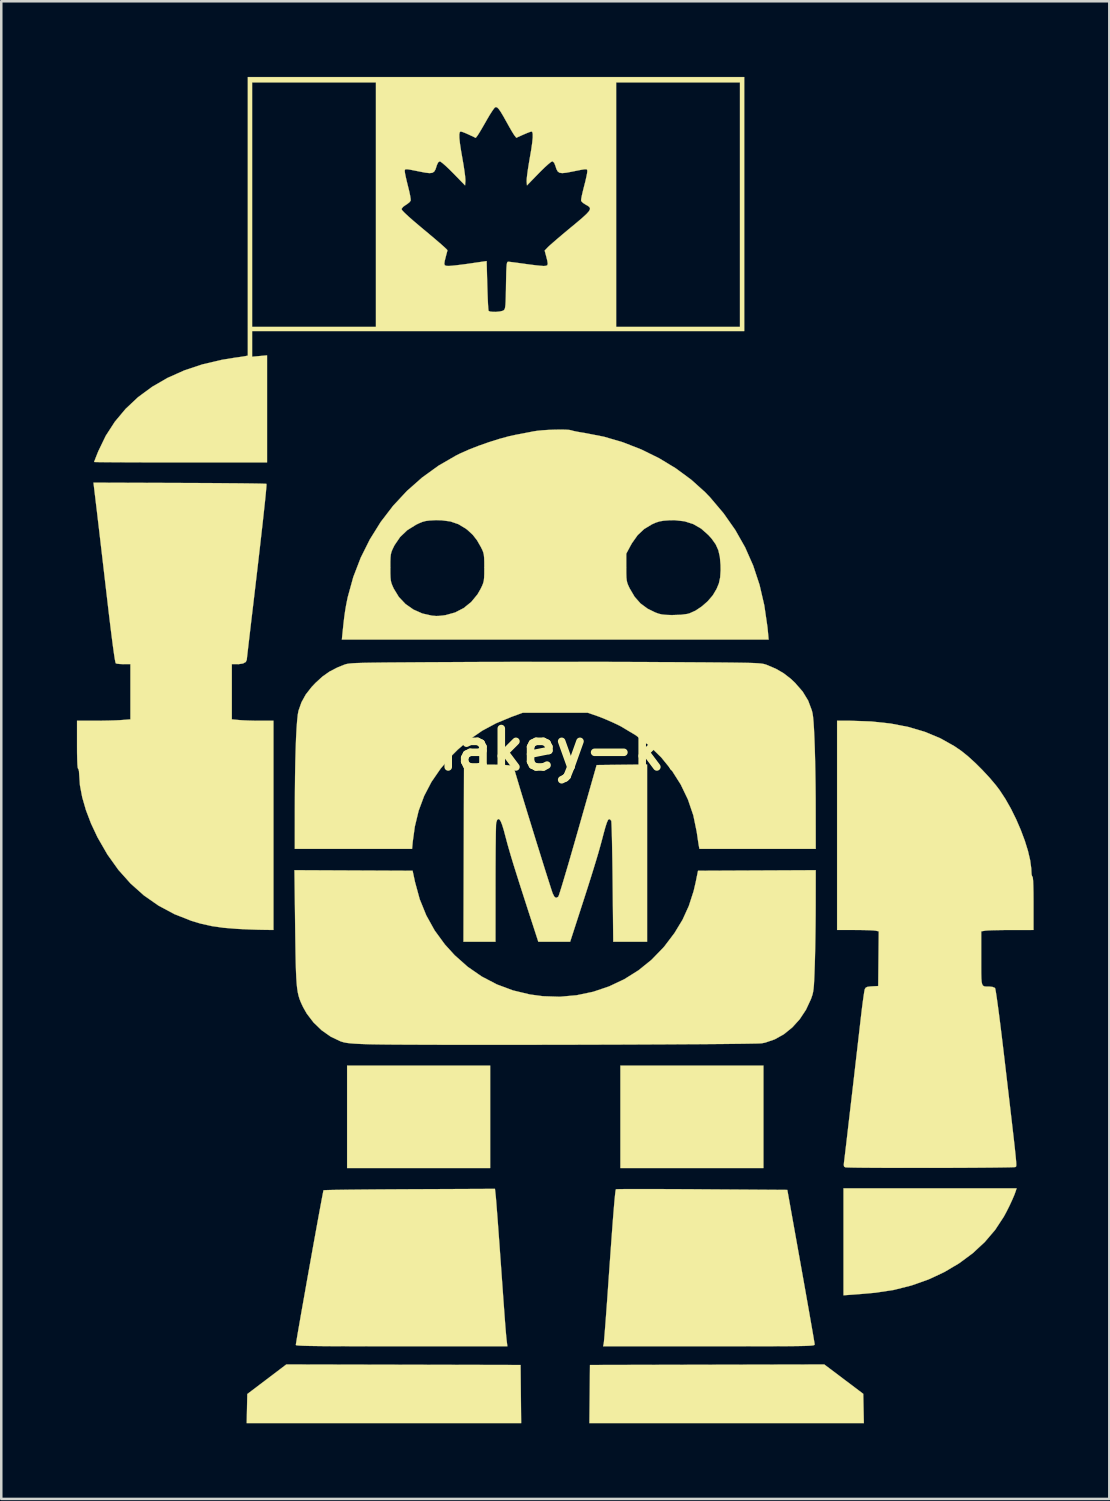
<source format=kicad_pcb>
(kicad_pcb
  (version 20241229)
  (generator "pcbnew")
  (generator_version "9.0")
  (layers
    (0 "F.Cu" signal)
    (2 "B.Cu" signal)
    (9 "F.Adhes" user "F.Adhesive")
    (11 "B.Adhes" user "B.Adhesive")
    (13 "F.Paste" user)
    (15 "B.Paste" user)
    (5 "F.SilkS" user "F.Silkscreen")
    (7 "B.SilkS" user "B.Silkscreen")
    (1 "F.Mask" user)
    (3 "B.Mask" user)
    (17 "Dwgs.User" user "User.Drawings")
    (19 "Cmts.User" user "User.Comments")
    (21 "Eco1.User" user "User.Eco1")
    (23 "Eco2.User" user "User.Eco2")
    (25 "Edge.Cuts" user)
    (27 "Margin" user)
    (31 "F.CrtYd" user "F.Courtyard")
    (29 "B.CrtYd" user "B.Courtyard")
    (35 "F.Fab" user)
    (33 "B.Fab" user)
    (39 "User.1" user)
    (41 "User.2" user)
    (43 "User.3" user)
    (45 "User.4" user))
  (footprint "makey-kit"
    (layer "F.Cu")
    (at 18.97 26.675)
    (property "Reference" "makey-kit" (at 0 0 0) (layer "F.SilkS") (effects (font (size 1.524 1.524) (thickness 0.3))))
    (attr through_hole)
    (fp_poly (pts (xy -2.582 16.595) (xy -8.255 16.595) (xy -8.255 12.531) (xy -2.582 12.531) (xy -2.582 16.595)) (stroke (width 0.01) (type solid)) (fill yes) (layer "F.SilkS"))
    (fp_poly (pts (xy 8.255 16.595) (xy 2.582 16.595) (xy 2.582 12.531) (xy 8.255 12.531) (xy 8.255 16.595)) (stroke (width 0.01) (type solid)) (fill yes) (layer "F.SilkS"))
    (fp_poly (pts (xy -6.021 24.394) (xy -1.376 24.405) (xy -1.365 25.559) (xy -1.353 26.712) (xy -12.237 26.712) (xy -12.225 26.134) (xy -12.213 25.556) (xy -11.439 24.97) (xy -10.666 24.384) (xy -6.021 24.394)) (stroke (width 0.01) (type solid)) (fill yes) (layer "F.SilkS"))
    (fp_poly (pts (xy 11.44 24.966) (xy 12.213 25.549) (xy 12.225 26.13) (xy 12.237 26.712) (xy 1.353 26.712) (xy 1.365 25.559) (xy 1.376 24.405) (xy 6.022 24.394) (xy 10.668 24.384) (xy 11.44 24.966)) (stroke (width 0.01) (type solid)) (fill yes) (layer "F.SilkS"))
    (fp_poly (pts (xy 18.265 17.494) (xy 18.209 17.65) (xy 18.121 17.855) (xy 18.014 18.087) (xy 17.897 18.32) (xy 17.789 18.521) (xy 17.446 19.044) (xy 17.032 19.529) (xy 16.554 19.973) (xy 16.018 20.37) (xy 15.431 20.718) (xy 14.8 21.013) (xy 14.13 21.25) (xy 13.429 21.427) (xy 12.703 21.538) (xy 12.629 21.545) (xy 12.388 21.567) (xy 12.119 21.59) (xy 11.873 21.609) (xy 11.822 21.613) (xy 11.43 21.641) (xy 11.43 17.399) (xy 18.294 17.399) (xy 18.265 17.494)) (stroke (width 0.01) (type solid)) (fill yes) (layer "F.SilkS"))
    (fp_poly (pts (xy 3.726 17.428) (xy 4.145 17.429) (xy 4.604 17.431) (xy 5.096 17.433) (xy 5.616 17.436) (xy 5.818 17.438) (xy 9.202 17.462) (xy 9.744 20.489) (xy 9.833 20.986) (xy 9.917 21.459) (xy 9.995 21.901) (xy 10.067 22.307) (xy 10.13 22.67) (xy 10.185 22.982) (xy 10.229 23.237) (xy 10.261 23.428) (xy 10.281 23.548) (xy 10.286 23.59) (xy 10.283 23.602) (xy 10.27 23.613) (xy 10.241 23.623) (xy 10.193 23.631) (xy 10.121 23.638) (xy 10.018 23.644) (xy 9.881 23.649) (xy 9.705 23.653) (xy 9.485 23.656) (xy 9.215 23.659) (xy 8.891 23.661) (xy 8.509 23.662) (xy 8.063 23.663) (xy 7.548 23.664) (xy 6.959 23.664) (xy 6.293 23.664) (xy 6.093 23.664) (xy 1.898 23.664) (xy 1.922 23.548) (xy 1.93 23.484) (xy 1.943 23.343) (xy 1.96 23.136) (xy 1.981 22.87) (xy 2.005 22.553) (xy 2.031 22.195) (xy 2.06 21.805) (xy 2.089 21.389) (xy 2.094 21.315) (xy 2.143 20.617) (xy 2.187 19.999) (xy 2.226 19.458) (xy 2.26 18.991) (xy 2.29 18.593) (xy 2.317 18.261) (xy 2.339 17.991) (xy 2.359 17.779) (xy 2.375 17.621) (xy 2.388 17.514) (xy 2.399 17.454) (xy 2.406 17.438) (xy 2.452 17.434) (xy 2.576 17.431) (xy 2.772 17.429) (xy 3.033 17.428) (xy 3.353 17.428) (xy 3.726 17.428)) (stroke (width 0.01) (type solid)) (fill yes) (layer "F.SilkS"))
    (fp_poly (pts (xy -2.362 17.695) (xy -2.353 17.789) (xy -2.339 17.958) (xy -2.321 18.194) (xy -2.298 18.489) (xy -2.272 18.833) (xy -2.244 19.218) (xy -2.213 19.635) (xy -2.182 20.076) (xy -2.161 20.362) (xy -2.121 20.925) (xy -2.086 21.41) (xy -2.057 21.823) (xy -2.031 22.173) (xy -2.01 22.464) (xy -1.992 22.704) (xy -1.977 22.9) (xy -1.964 23.058) (xy -1.953 23.185) (xy -1.944 23.287) (xy -1.935 23.372) (xy -1.927 23.445) (xy -1.922 23.484) (xy -1.9 23.664) (xy -6.093 23.664) (xy -6.808 23.664) (xy -7.442 23.664) (xy -7.999 23.662) (xy -8.484 23.661) (xy -8.901 23.659) (xy -9.255 23.656) (xy -9.548 23.652) (xy -9.786 23.648) (xy -9.973 23.643) (xy -10.112 23.637) (xy -10.208 23.63) (xy -10.265 23.622) (xy -10.287 23.613) (xy -10.288 23.611) (xy -10.281 23.557) (xy -10.26 23.428) (xy -10.228 23.233) (xy -10.184 22.979) (xy -10.131 22.675) (xy -10.071 22.329) (xy -10.003 21.948) (xy -9.931 21.541) (xy -9.856 21.115) (xy -9.778 20.679) (xy -9.699 20.24) (xy -9.622 19.807) (xy -9.546 19.388) (xy -9.474 18.99) (xy -9.407 18.622) (xy -9.346 18.291) (xy -9.293 18.006) (xy -9.25 17.774) (xy -9.217 17.603) (xy -9.197 17.502) (xy -9.19 17.477) (xy -9.145 17.473) (xy -9.021 17.468) (xy -8.826 17.463) (xy -8.565 17.459) (xy -8.245 17.454) (xy -7.873 17.45) (xy -7.454 17.446) (xy -6.995 17.442) (xy -6.503 17.439) (xy -5.984 17.436) (xy -5.779 17.435) (xy -2.392 17.42) (xy -2.362 17.695)) (stroke (width 0.01) (type solid)) (fill yes) (layer "F.SilkS"))
    (fp_poly (pts (xy 3.641 7.62) (xy 2.299 7.62) (xy 2.275 5.26) (xy 2.27 4.819) (xy 2.264 4.402) (xy 2.257 4.017) (xy 2.251 3.672) (xy 2.244 3.375) (xy 2.237 3.134) (xy 2.23 2.956) (xy 2.224 2.85) (xy 2.22 2.824) (xy 2.167 2.766) (xy 2.126 2.76) (xy 2.089 2.798) (xy 2.043 2.903) (xy 1.986 3.079) (xy 1.916 3.333) (xy 1.902 3.387) (xy 1.839 3.627) (xy 1.773 3.867) (xy 1.702 4.118) (xy 1.621 4.39) (xy 1.529 4.692) (xy 1.422 5.036) (xy 1.298 5.429) (xy 1.152 5.884) (xy 0.991 6.382) (xy 0.59 7.62) (xy -0.673 7.62) (xy -1.075 6.382) (xy -1.255 5.823) (xy -1.411 5.337) (xy -1.544 4.916) (xy -1.658 4.553) (xy -1.753 4.24) (xy -1.832 3.969) (xy -1.899 3.734) (xy -1.954 3.526) (xy -1.969 3.471) (xy -2.043 3.192) (xy -2.106 2.988) (xy -2.16 2.852) (xy -2.209 2.776) (xy -2.256 2.752) (xy -2.257 2.752) (xy -2.306 2.791) (xy -2.341 2.897) (xy -2.343 2.91) (xy -2.349 2.982) (xy -2.353 3.13) (xy -2.358 3.346) (xy -2.361 3.621) (xy -2.365 3.947) (xy -2.367 4.316) (xy -2.369 4.718) (xy -2.37 5.145) (xy -2.37 5.345) (xy -2.371 7.62) (xy -3.641 7.62) (xy -3.63 4.117) (xy -3.619 0.614) (xy -2.942 0.601) (xy -2.683 0.598) (xy -2.427 0.599) (xy -2.198 0.603) (xy -2.02 0.61) (xy -1.967 0.614) (xy -1.669 0.64) (xy -1.401 1.537) (xy -1.314 1.825) (xy -1.214 2.152) (xy -1.105 2.51) (xy -0.988 2.888) (xy -0.868 3.278) (xy -0.747 3.67) (xy -0.627 4.053) (xy -0.513 4.42) (xy -0.407 4.759) (xy -0.311 5.062) (xy -0.229 5.318) (xy -0.165 5.519) (xy -0.12 5.655) (xy -0.103 5.704) (xy -0.037 5.834) (xy 0.031 5.881) (xy 0.105 5.845) (xy 0.124 5.824) (xy 0.144 5.774) (xy 0.185 5.649) (xy 0.245 5.457) (xy 0.321 5.205) (xy 0.412 4.899) (xy 0.516 4.548) (xy 0.629 4.157) (xy 0.751 3.734) (xy 0.879 3.287) (xy 0.907 3.189) (xy 1.64 0.614) (xy 2.64 0.602) (xy 3.641 0.591) (xy 3.641 7.62)) (stroke (width 0.01) (type solid)) (fill yes) (layer "F.SilkS"))
    (fp_poly (pts (xy -14.896 -10.573) (xy -14.366 -10.571) (xy -13.86 -10.569) (xy -13.385 -10.566) (xy -12.948 -10.562) (xy -12.554 -10.559) (xy -12.21 -10.555) (xy -11.923 -10.551) (xy -11.698 -10.547) (xy -11.543 -10.542) (xy -11.463 -10.538) (xy -11.454 -10.536) (xy -11.452 -10.488) (xy -11.462 -10.358) (xy -11.481 -10.146) (xy -11.51 -9.856) (xy -11.55 -9.487) (xy -11.598 -9.042) (xy -11.657 -8.523) (xy -11.724 -7.931) (xy -11.801 -7.267) (xy -11.887 -6.534) (xy -11.981 -5.732) (xy -12.045 -5.198) (xy -12.087 -4.839) (xy -12.126 -4.506) (xy -12.161 -4.208) (xy -12.19 -3.956) (xy -12.213 -3.758) (xy -12.228 -3.623) (xy -12.234 -3.562) (xy -12.234 -3.56) (xy -12.273 -3.474) (xy -12.383 -3.414) (xy -12.552 -3.388) (xy -12.597 -3.387) (xy -12.827 -3.387) (xy -12.827 -1.198) (xy -12.541 -1.171) (xy -12.383 -1.16) (xy -12.169 -1.151) (xy -11.929 -1.145) (xy -11.716 -1.143) (xy -11.176 -1.143) (xy -11.176 7.154) (xy -11.61 7.148) (xy -11.83 7.143) (xy -12.099 7.134) (xy -12.381 7.122) (xy -12.615 7.11) (xy -13.153 7.067) (xy -13.632 6.998) (xy -14.076 6.898) (xy -14.432 6.791) (xy -15.108 6.524) (xy -15.733 6.189) (xy -16.311 5.786) (xy -16.84 5.314) (xy -17.324 4.772) (xy -17.762 4.159) (xy -18.156 3.474) (xy -18.159 3.467) (xy -18.41 2.933) (xy -18.611 2.404) (xy -18.759 1.893) (xy -18.85 1.413) (xy -18.88 0.984) (xy -18.888 0.86) (xy -18.907 0.779) (xy -18.923 0.762) (xy -18.938 0.72) (xy -18.95 0.598) (xy -18.958 0.4) (xy -18.964 0.13) (xy -18.965 -0.191) (xy -18.965 -1.143) (xy -18.256 -1.143) (xy -17.987 -1.145) (xy -17.716 -1.15) (xy -17.469 -1.157) (xy -17.27 -1.166) (xy -17.198 -1.171) (xy -16.849 -1.198) (xy -16.849 -3.387) (xy -17.113 -3.387) (xy -17.261 -3.393) (xy -17.376 -3.405) (xy -17.428 -3.42) (xy -17.444 -3.469) (xy -17.469 -3.6) (xy -17.501 -3.811) (xy -17.541 -4.098) (xy -17.588 -4.459) (xy -17.642 -4.893) (xy -17.703 -5.396) (xy -17.77 -5.966) (xy -17.78 -6.055) (xy -17.838 -6.55) (xy -17.896 -7.048) (xy -17.953 -7.537) (xy -18.008 -8.006) (xy -18.059 -8.444) (xy -18.105 -8.84) (xy -18.146 -9.182) (xy -18.178 -9.46) (xy -18.198 -9.621) (xy -18.313 -10.585) (xy -14.896 -10.573)) (stroke (width 0.01) (type solid)) (fill yes) (layer "F.SilkS"))
    (fp_poly (pts (xy -5.658 4.805) (xy -5.563 5.249) (xy -5.376 5.934) (xy -5.116 6.574) (xy -4.785 7.171) (xy -4.379 7.727) (xy -3.992 8.153) (xy -3.473 8.614) (xy -2.913 9.001) (xy -2.313 9.314) (xy -1.676 9.551) (xy -1.004 9.712) (xy -0.495 9.78) (xy 0.181 9.802) (xy 0.849 9.742) (xy 1.503 9.605) (xy 2.134 9.392) (xy 2.735 9.108) (xy 3.298 8.755) (xy 3.817 8.336) (xy 4.284 7.854) (xy 4.331 7.799) (xy 4.727 7.276) (xy 5.047 6.748) (xy 5.297 6.199) (xy 5.486 5.614) (xy 5.566 5.271) (xy 5.661 4.805) (xy 10.329 4.783) (xy 10.327 6.17) (xy 10.325 6.568) (xy 10.321 6.995) (xy 10.315 7.429) (xy 10.308 7.848) (xy 10.299 8.229) (xy 10.29 8.549) (xy 10.289 8.572) (xy 10.278 8.895) (xy 10.267 9.147) (xy 10.256 9.34) (xy 10.242 9.489) (xy 10.225 9.606) (xy 10.203 9.706) (xy 10.173 9.8) (xy 10.137 9.9) (xy 9.942 10.318) (xy 9.693 10.694) (xy 9.397 11.02) (xy 9.065 11.289) (xy 8.704 11.491) (xy 8.324 11.621) (xy 8.19 11.647) (xy 8.115 11.652) (xy 7.962 11.657) (xy 7.734 11.661) (xy 7.438 11.666) (xy 7.077 11.67) (xy 6.659 11.675) (xy 6.187 11.679) (xy 5.667 11.683) (xy 5.105 11.686) (xy 4.505 11.69) (xy 3.874 11.693) (xy 3.215 11.696) (xy 2.535 11.699) (xy 1.838 11.701) (xy 1.131 11.703) (xy 0.417 11.705) (xy -0.297 11.706) (xy -1.006 11.707) (xy -1.706 11.708) (xy -2.39 11.708) (xy -3.054 11.708) (xy -3.692 11.708) (xy -4.299 11.707) (xy -4.87 11.706) (xy -5.399 11.704) (xy -5.882 11.702) (xy -6.313 11.7) (xy -6.687 11.697) (xy -6.998 11.693) (xy -7.241 11.689) (xy -7.387 11.686) (xy -7.699 11.675) (xy -7.939 11.663) (xy -8.124 11.649) (xy -8.266 11.632) (xy -8.379 11.611) (xy -8.479 11.582) (xy -8.525 11.566) (xy -8.906 11.384) (xy -9.265 11.132) (xy -9.585 10.824) (xy -9.854 10.472) (xy -9.994 10.226) (xy -10.053 10.103) (xy -10.104 9.989) (xy -10.147 9.875) (xy -10.182 9.755) (xy -10.212 9.621) (xy -10.236 9.465) (xy -10.255 9.278) (xy -10.27 9.054) (xy -10.282 8.785) (xy -10.292 8.463) (xy -10.3 8.08) (xy -10.307 7.629) (xy -10.314 7.102) (xy -10.315 7.038) (xy -10.343 4.783) (xy -5.658 4.805)) (stroke (width 0.01) (type solid)) (fill yes) (layer "F.SilkS"))
    (fp_poly (pts (xy 0.856 -3.479) (xy 1.718 -3.478) (xy 2.547 -3.476) (xy 3.327 -3.473) (xy 4.039 -3.47) (xy 4.075 -3.469) (xy 4.753 -3.466) (xy 5.351 -3.462) (xy 5.876 -3.459) (xy 6.332 -3.455) (xy 6.724 -3.452) (xy 7.058 -3.448) (xy 7.339 -3.444) (xy 7.573 -3.44) (xy 7.764 -3.435) (xy 7.917 -3.429) (xy 8.039 -3.422) (xy 8.135 -3.414) (xy 8.209 -3.405) (xy 8.268 -3.394) (xy 8.315 -3.382) (xy 8.358 -3.368) (xy 8.394 -3.355) (xy 8.749 -3.204) (xy 9.05 -3.03) (xy 9.328 -2.816) (xy 9.508 -2.647) (xy 9.809 -2.302) (xy 10.03 -1.939) (xy 10.174 -1.553) (xy 10.202 -1.439) (xy 10.222 -1.301) (xy 10.242 -1.085) (xy 10.26 -0.8) (xy 10.276 -0.453) (xy 10.291 -0.052) (xy 10.303 0.397) (xy 10.313 0.884) (xy 10.321 1.403) (xy 10.326 1.947) (xy 10.327 2.402) (xy 10.329 3.937) (xy 5.717 3.937) (xy 5.698 3.842) (xy 5.684 3.763) (xy 5.662 3.621) (xy 5.635 3.437) (xy 5.609 3.26) (xy 5.475 2.61) (xy 5.262 1.983) (xy 4.976 1.387) (xy 4.621 0.827) (xy 4.202 0.31) (xy 3.723 -0.157) (xy 3.19 -0.569) (xy 2.607 -0.918) (xy 2.527 -0.959) (xy 2.299 -1.068) (xy 2.048 -1.179) (xy 1.812 -1.276) (xy 1.68 -1.325) (xy 1.291 -1.46) (xy -1.291 -1.46) (xy -1.736 -1.298) (xy -2.351 -1.042) (xy -2.902 -0.746) (xy -3.406 -0.398) (xy -3.876 0.01) (xy -4.104 0.24) (xy -4.548 0.756) (xy -4.912 1.285) (xy -5.2 1.838) (xy -5.418 2.424) (xy -5.57 3.054) (xy -5.652 3.651) (xy -5.679 3.937) (xy -10.329 3.937) (xy -10.328 2.339) (xy -10.325 1.673) (xy -10.319 1.055) (xy -10.309 0.49) (xy -10.295 -0.018) (xy -10.279 -0.464) (xy -10.259 -0.844) (xy -10.236 -1.153) (xy -10.211 -1.386) (xy -10.183 -1.539) (xy -10.182 -1.542) (xy -10.065 -1.875) (xy -9.895 -2.183) (xy -9.66 -2.484) (xy -9.505 -2.647) (xy -9.233 -2.895) (xy -8.958 -3.09) (xy -8.648 -3.251) (xy -8.394 -3.355) (xy -8.352 -3.37) (xy -8.309 -3.384) (xy -8.26 -3.396) (xy -8.2 -3.406) (xy -8.123 -3.415) (xy -8.024 -3.423) (xy -7.898 -3.43) (xy -7.739 -3.435) (xy -7.543 -3.441) (xy -7.303 -3.445) (xy -7.015 -3.449) (xy -6.673 -3.453) (xy -6.273 -3.456) (xy -5.808 -3.459) (xy -5.273 -3.463) (xy -4.664 -3.466) (xy -4.075 -3.469) (xy -3.366 -3.473) (xy -2.59 -3.476) (xy -1.763 -3.477) (xy -0.902 -3.479) (xy -0.023 -3.479) (xy 0.856 -3.479)) (stroke (width 0.01) (type solid)) (fill yes) (layer "F.SilkS"))
    (fp_poly (pts (xy 11.695 -1.143) (xy 12.528 -1.115) (xy 13.3 -1.032) (xy 14.012 -0.894) (xy 14.669 -0.698) (xy 15.273 -0.446) (xy 15.827 -0.135) (xy 16.103 0.054) (xy 16.364 0.264) (xy 16.651 0.525) (xy 16.945 0.818) (xy 17.227 1.122) (xy 17.476 1.417) (xy 17.622 1.61) (xy 17.852 1.961) (xy 18.073 2.351) (xy 18.278 2.767) (xy 18.462 3.193) (xy 18.62 3.615) (xy 18.745 4.018) (xy 18.832 4.39) (xy 18.876 4.714) (xy 18.881 4.829) (xy 18.888 4.949) (xy 18.908 5.024) (xy 18.923 5.038) (xy 18.937 5.079) (xy 18.949 5.202) (xy 18.957 5.402) (xy 18.963 5.676) (xy 18.965 6.02) (xy 18.965 6.096) (xy 18.965 7.154) (xy 18.087 7.155) (xy 17.812 7.156) (xy 17.556 7.16) (xy 17.335 7.165) (xy 17.165 7.172) (xy 17.061 7.18) (xy 17.05 7.182) (xy 16.891 7.208) (xy 16.891 8.277) (xy 16.891 8.614) (xy 16.892 8.876) (xy 16.897 9.073) (xy 16.908 9.213) (xy 16.929 9.306) (xy 16.962 9.361) (xy 17.009 9.389) (xy 17.073 9.398) (xy 17.158 9.398) (xy 17.207 9.398) (xy 17.343 9.413) (xy 17.432 9.451) (xy 17.44 9.46) (xy 17.454 9.513) (xy 17.477 9.645) (xy 17.508 9.85) (xy 17.546 10.123) (xy 17.591 10.458) (xy 17.641 10.851) (xy 17.696 11.295) (xy 17.755 11.785) (xy 17.818 12.316) (xy 17.822 12.349) (xy 17.902 13.033) (xy 17.973 13.638) (xy 18.035 14.169) (xy 18.089 14.631) (xy 18.135 15.028) (xy 18.174 15.366) (xy 18.206 15.648) (xy 18.231 15.881) (xy 18.251 16.07) (xy 18.265 16.218) (xy 18.275 16.331) (xy 18.28 16.414) (xy 18.281 16.472) (xy 18.279 16.509) (xy 18.274 16.531) (xy 18.266 16.542) (xy 18.257 16.548) (xy 18.246 16.553) (xy 18.243 16.555) (xy 18.194 16.56) (xy 18.067 16.565) (xy 17.872 16.569) (xy 17.615 16.573) (xy 17.306 16.577) (xy 16.951 16.58) (xy 16.558 16.583) (xy 16.136 16.585) (xy 15.691 16.587) (xy 15.233 16.588) (xy 14.769 16.589) (xy 14.306 16.589) (xy 13.853 16.589) (xy 13.418 16.588) (xy 13.008 16.587) (xy 12.631 16.585) (xy 12.295 16.583) (xy 12.007 16.58) (xy 11.777 16.576) (xy 11.611 16.572) (xy 11.518 16.567) (xy 11.502 16.565) (xy 11.455 16.538) (xy 11.441 16.474) (xy 11.45 16.369) (xy 11.46 16.296) (xy 11.478 16.145) (xy 11.504 15.924) (xy 11.538 15.639) (xy 11.578 15.297) (xy 11.623 14.904) (xy 11.674 14.469) (xy 11.729 13.996) (xy 11.788 13.494) (xy 11.849 12.969) (xy 11.911 12.427) (xy 11.975 11.875) (xy 12.039 11.321) (xy 12.102 10.771) (xy 12.131 10.52) (xy 12.164 10.243) (xy 12.197 9.99) (xy 12.227 9.776) (xy 12.252 9.612) (xy 12.271 9.514) (xy 12.277 9.495) (xy 12.313 9.441) (xy 12.378 9.41) (xy 12.496 9.394) (xy 12.561 9.39) (xy 12.806 9.377) (xy 12.828 7.208) (xy 12.695 7.181) (xy 12.608 7.172) (xy 12.454 7.164) (xy 12.252 7.158) (xy 12.017 7.155) (xy 11.869 7.154) (xy 11.176 7.154) (xy 11.176 -1.143) (xy 11.695 -1.143)) (stroke (width 0.01) (type solid)) (fill yes) (layer "F.SilkS"))
    (fp_poly (pts (xy 0.399 -12.687) (xy 0.551 -12.677) (xy 0.631 -12.661) (xy 0.719 -12.636) (xy 0.867 -12.605) (xy 1.051 -12.573) (xy 1.173 -12.554) (xy 1.931 -12.406) (xy 2.682 -12.186) (xy 3.414 -11.9) (xy 4.117 -11.554) (xy 4.78 -11.152) (xy 5.392 -10.701) (xy 5.942 -10.207) (xy 6.138 -10.003) (xy 6.676 -9.367) (xy 7.138 -8.708) (xy 7.528 -8.02) (xy 7.848 -7.296) (xy 8.101 -6.531) (xy 8.289 -5.719) (xy 8.415 -4.853) (xy 8.439 -4.604) (xy 8.461 -4.36) (xy -8.463 -4.36) (xy -8.441 -4.583) (xy -8.404 -4.942) (xy -8.37 -5.238) (xy -8.335 -5.488) (xy -8.297 -5.714) (xy -8.253 -5.935) (xy -8.229 -6.049) (xy -8.01 -6.843) (xy -7.862 -7.227) (xy -6.54 -7.227) (xy -6.54 -7.219) (xy -6.54 -6.99) (xy -6.534 -6.825) (xy -6.522 -6.703) (xy -6.498 -6.601) (xy -6.459 -6.5) (xy -6.405 -6.381) (xy -6.204 -6.052) (xy -5.941 -5.774) (xy -5.626 -5.553) (xy -5.271 -5.396) (xy -4.887 -5.31) (xy -4.72 -5.297) (xy -4.607 -5.301) (xy -4.452 -5.317) (xy -4.344 -5.333) (xy -3.972 -5.436) (xy -3.631 -5.612) (xy -3.331 -5.855) (xy -3.084 -6.156) (xy -2.961 -6.37) (xy -2.901 -6.494) (xy -2.861 -6.595) (xy -2.835 -6.693) (xy -2.822 -6.81) (xy -2.816 -6.968) (xy -2.815 -7.186) (xy -2.815 -7.217) (xy -2.816 -7.444) (xy -2.821 -7.608) (xy -2.833 -7.727) (xy -2.843 -7.768) (xy 2.815 -7.768) (xy 2.815 -7.217) (xy 2.816 -6.989) (xy 2.821 -6.825) (xy 2.834 -6.704) (xy 2.857 -6.605) (xy 2.895 -6.508) (xy 2.95 -6.392) (xy 2.95 -6.392) (xy 3.146 -6.06) (xy 3.378 -5.796) (xy 3.661 -5.587) (xy 3.965 -5.438) (xy 4.098 -5.389) (xy 4.228 -5.358) (xy 4.38 -5.342) (xy 4.582 -5.335) (xy 4.662 -5.335) (xy 4.989 -5.346) (xy 5.236 -5.379) (xy 5.322 -5.402) (xy 5.562 -5.51) (xy 5.811 -5.677) (xy 6.043 -5.88) (xy 6.233 -6.101) (xy 6.259 -6.138) (xy 6.396 -6.369) (xy 6.488 -6.59) (xy 6.539 -6.827) (xy 6.557 -7.105) (xy 6.554 -7.318) (xy 6.527 -7.641) (xy 6.466 -7.906) (xy 6.362 -8.138) (xy 6.204 -8.361) (xy 6.075 -8.505) (xy 5.785 -8.762) (xy 5.471 -8.943) (xy 5.124 -9.053) (xy 4.735 -9.096) (xy 4.512 -9.092) (xy 4.3 -9.076) (xy 4.137 -9.049) (xy 3.989 -9.002) (xy 3.831 -8.932) (xy 3.526 -8.747) (xy 3.266 -8.503) (xy 3.043 -8.189) (xy 2.982 -8.081) (xy 2.815 -7.768) (xy -2.843 -7.768) (xy -2.856 -7.823) (xy -2.893 -7.917) (xy -2.948 -8.028) (xy -2.952 -8.036) (xy -3.105 -8.302) (xy -3.271 -8.515) (xy -3.473 -8.702) (xy -3.555 -8.766) (xy -3.841 -8.938) (xy -4.159 -9.047) (xy -4.523 -9.094) (xy -4.78 -9.095) (xy -4.984 -9.084) (xy -5.135 -9.065) (xy -5.264 -9.031) (xy -5.401 -8.975) (xy -5.519 -8.918) (xy -5.867 -8.702) (xy -6.153 -8.43) (xy -6.374 -8.106) (xy -6.403 -8.049) (xy -6.46 -7.931) (xy -6.498 -7.833) (xy -6.522 -7.735) (xy -6.534 -7.615) (xy -6.54 -7.452) (xy -6.54 -7.227) (xy -7.862 -7.227) (xy -7.716 -7.607) (xy -7.352 -8.336) (xy -6.923 -9.025) (xy -6.431 -9.667) (xy -5.882 -10.257) (xy -5.28 -10.789) (xy -4.629 -11.259) (xy -3.934 -11.661) (xy -3.767 -11.744) (xy -3.425 -11.896) (xy -3.036 -12.048) (xy -2.626 -12.192) (xy -2.22 -12.32) (xy -1.842 -12.423) (xy -1.566 -12.483) (xy -1.348 -12.524) (xy -1.13 -12.566) (xy -0.944 -12.602) (xy -0.868 -12.618) (xy -0.708 -12.642) (xy -0.503 -12.662) (xy -0.271 -12.677) (xy -0.031 -12.686) (xy 0.199 -12.69) (xy 0.399 -12.687)) (stroke (width 0.01) (type solid)) (fill yes) (layer "F.SilkS"))
    (fp_poly (pts (xy 7.493 -16.595) (xy -12.023 -16.595) (xy -12.023 -15.578) (xy -11.726 -15.606) (xy -11.43 -15.633) (xy -11.43 -11.388) (xy -14.859 -11.388) (xy -15.39 -11.388) (xy -15.895 -11.388) (xy -16.369 -11.389) (xy -16.806 -11.391) (xy -17.198 -11.392) (xy -17.54 -11.394) (xy -17.825 -11.396) (xy -18.048 -11.399) (xy -18.201 -11.401) (xy -18.279 -11.404) (xy -18.288 -11.405) (xy -18.273 -11.449) (xy -18.232 -11.554) (xy -18.173 -11.704) (xy -18.12 -11.835) (xy -17.827 -12.442) (xy -17.465 -13.002) (xy -17.037 -13.513) (xy -16.546 -13.974) (xy -15.993 -14.382) (xy -15.381 -14.737) (xy -14.714 -15.035) (xy -13.994 -15.275) (xy -13.223 -15.456) (xy -12.721 -15.538) (xy -12.548 -15.562) (xy -12.398 -15.584) (xy -12.298 -15.601) (xy -12.287 -15.603) (xy -12.192 -15.623) (xy -12.192 -26.458) (xy -12.023 -26.458) (xy -12.023 -16.764) (xy -7.112 -16.764) (xy -7.112 -21.428) (xy -6.096 -21.428) (xy -6.064 -21.377) (xy -5.97 -21.279) (xy -5.821 -21.14) (xy -5.623 -20.966) (xy -5.381 -20.761) (xy -5.323 -20.712) (xy -5.001 -20.443) (xy -4.735 -20.219) (xy -4.527 -20.04) (xy -4.381 -19.909) (xy -4.297 -19.828) (xy -4.276 -19.799) (xy -4.286 -19.757) (xy -4.313 -19.658) (xy -4.339 -19.558) (xy -4.384 -19.38) (xy -4.4 -19.269) (xy -4.383 -19.208) (xy -4.327 -19.183) (xy -4.229 -19.178) (xy -4.223 -19.178) (xy -4.118 -19.185) (xy -3.949 -19.202) (xy -3.736 -19.228) (xy -3.498 -19.259) (xy -3.383 -19.276) (xy -2.722 -19.372) (xy -2.696 -18.405) (xy -2.687 -18.126) (xy -2.678 -17.875) (xy -2.668 -17.665) (xy -2.658 -17.507) (xy -2.649 -17.415) (xy -2.645 -17.397) (xy -2.586 -17.37) (xy -2.473 -17.358) (xy -2.333 -17.359) (xy -2.195 -17.373) (xy -2.086 -17.399) (xy -2.051 -17.417) (xy -2.024 -17.442) (xy -2.003 -17.479) (xy -1.988 -17.541) (xy -1.976 -17.638) (xy -1.968 -17.78) (xy -1.962 -17.979) (xy -1.956 -18.247) (xy -1.954 -18.412) (xy -1.948 -18.718) (xy -1.943 -18.95) (xy -1.935 -19.117) (xy -1.926 -19.23) (xy -1.913 -19.299) (xy -1.897 -19.334) (xy -1.875 -19.345) (xy -1.869 -19.346) (xy -1.803 -19.34) (xy -1.671 -19.324) (xy -1.49 -19.3) (xy -1.277 -19.271) (xy -1.208 -19.261) (xy -0.979 -19.23) (xy -0.766 -19.204) (xy -0.59 -19.186) (xy -0.473 -19.177) (xy -0.456 -19.177) (xy -0.365 -19.183) (xy -0.314 -19.209) (xy -0.299 -19.272) (xy -0.316 -19.387) (xy -0.359 -19.557) (xy -0.421 -19.789) (xy -0.285 -19.931) (xy -0.213 -19.998) (xy -0.087 -20.109) (xy 0.082 -20.255) (xy 0.282 -20.425) (xy 0.503 -20.61) (xy 0.626 -20.712) (xy 0.889 -20.93) (xy 1.09 -21.102) (xy 1.235 -21.236) (xy 1.328 -21.338) (xy 1.373 -21.415) (xy 1.376 -21.476) (xy 1.341 -21.526) (xy 1.272 -21.574) (xy 1.207 -21.609) (xy 1.101 -21.677) (xy 1.034 -21.746) (xy 1.024 -21.768) (xy 1.029 -21.836) (xy 1.053 -21.966) (xy 1.093 -22.14) (xy 1.14 -22.327) (xy 1.192 -22.529) (xy 1.233 -22.71) (xy 1.261 -22.85) (xy 1.27 -22.923) (xy 1.269 -22.969) (xy 1.259 -22.999) (xy 1.226 -23.014) (xy 1.158 -23.012) (xy 1.042 -22.994) (xy 0.867 -22.96) (xy 0.664 -22.919) (xy 0.437 -22.876) (xy 0.277 -22.86) (xy 0.169 -22.875) (xy 0.097 -22.927) (xy 0.046 -23.02) (xy 0.006 -23.146) (xy -0.045 -23.272) (xy -0.104 -23.324) (xy -0.122 -23.326) (xy -0.176 -23.297) (xy -0.276 -23.216) (xy -0.411 -23.095) (xy -0.567 -22.943) (xy -0.66 -22.849) (xy -1.122 -22.373) (xy -1.135 -22.532) (xy -1.132 -22.626) (xy -1.115 -22.786) (xy -1.087 -22.993) (xy -1.049 -23.231) (xy -1.019 -23.41) (xy -0.956 -23.774) (xy -0.915 -24.06) (xy -0.894 -24.273) (xy -0.894 -24.416) (xy -0.913 -24.493) (xy -0.942 -24.51) (xy -1.005 -24.493) (xy -1.12 -24.449) (xy -1.263 -24.388) (xy -1.27 -24.385) (xy -1.545 -24.261) (xy -1.618 -24.354) (xy -1.667 -24.428) (xy -1.745 -24.557) (xy -1.84 -24.723) (xy -1.928 -24.881) (xy -2.06 -25.117) (xy -2.16 -25.285) (xy -2.237 -25.396) (xy -2.296 -25.457) (xy -2.345 -25.479) (xy -2.381 -25.473) (xy -2.425 -25.429) (xy -2.5 -25.324) (xy -2.596 -25.174) (xy -2.703 -24.993) (xy -2.728 -24.948) (xy -2.839 -24.754) (xy -2.94 -24.581) (xy -3.023 -24.443) (xy -3.076 -24.36) (xy -3.082 -24.352) (xy -3.154 -24.257) (xy -3.422 -24.384) (xy -3.565 -24.448) (xy -3.683 -24.493) (xy -3.75 -24.511) (xy -3.75 -24.511) (xy -3.788 -24.484) (xy -3.806 -24.401) (xy -3.804 -24.256) (xy -3.782 -24.044) (xy -3.739 -23.76) (xy -3.681 -23.426) (xy -3.638 -23.179) (xy -3.603 -22.947) (xy -3.577 -22.75) (xy -3.565 -22.605) (xy -3.564 -22.549) (xy -3.577 -22.373) (xy -4.04 -22.849) (xy -4.204 -23.013) (xy -4.352 -23.152) (xy -4.473 -23.257) (xy -4.554 -23.316) (xy -4.578 -23.326) (xy -4.641 -23.291) (xy -4.694 -23.181) (xy -4.705 -23.146) (xy -4.749 -23.009) (xy -4.802 -22.92) (xy -4.876 -22.872) (xy -4.989 -22.86) (xy -5.155 -22.879) (xy -5.363 -22.919) (xy -5.598 -22.966) (xy -5.763 -22.998) (xy -5.87 -23.013) (xy -5.932 -23.013) (xy -5.96 -22.997) (xy -5.969 -22.966) (xy -5.969 -22.932) (xy -5.959 -22.852) (xy -5.93 -22.711) (xy -5.888 -22.528) (xy -5.84 -22.335) (xy -5.791 -22.137) (xy -5.755 -21.963) (xy -5.735 -21.834) (xy -5.734 -21.768) (xy -5.783 -21.704) (xy -5.88 -21.628) (xy -5.927 -21.599) (xy -6.034 -21.523) (xy -6.091 -21.449) (xy -6.096 -21.428) (xy -7.112 -21.428) (xy -7.112 -26.458) (xy 2.413 -26.458) (xy 2.413 -16.764) (xy 7.324 -16.764) (xy 7.324 -26.458) (xy 2.413 -26.458) (xy -7.112 -26.458) (xy -12.023 -26.458) (xy -12.192 -26.458) (xy -12.192 -26.67) (xy 7.493 -26.67) (xy 7.493 -16.595)) (stroke (width 0.01) (type solid)) (fill yes) (layer "F.SilkS")))
  (gr_rect
    (start -3 -3)
    (end 40.941 56.392)
    (stroke (width 0.1) (type default))
    (fill no)
    (layer "Edge.Cuts")))
</source>
